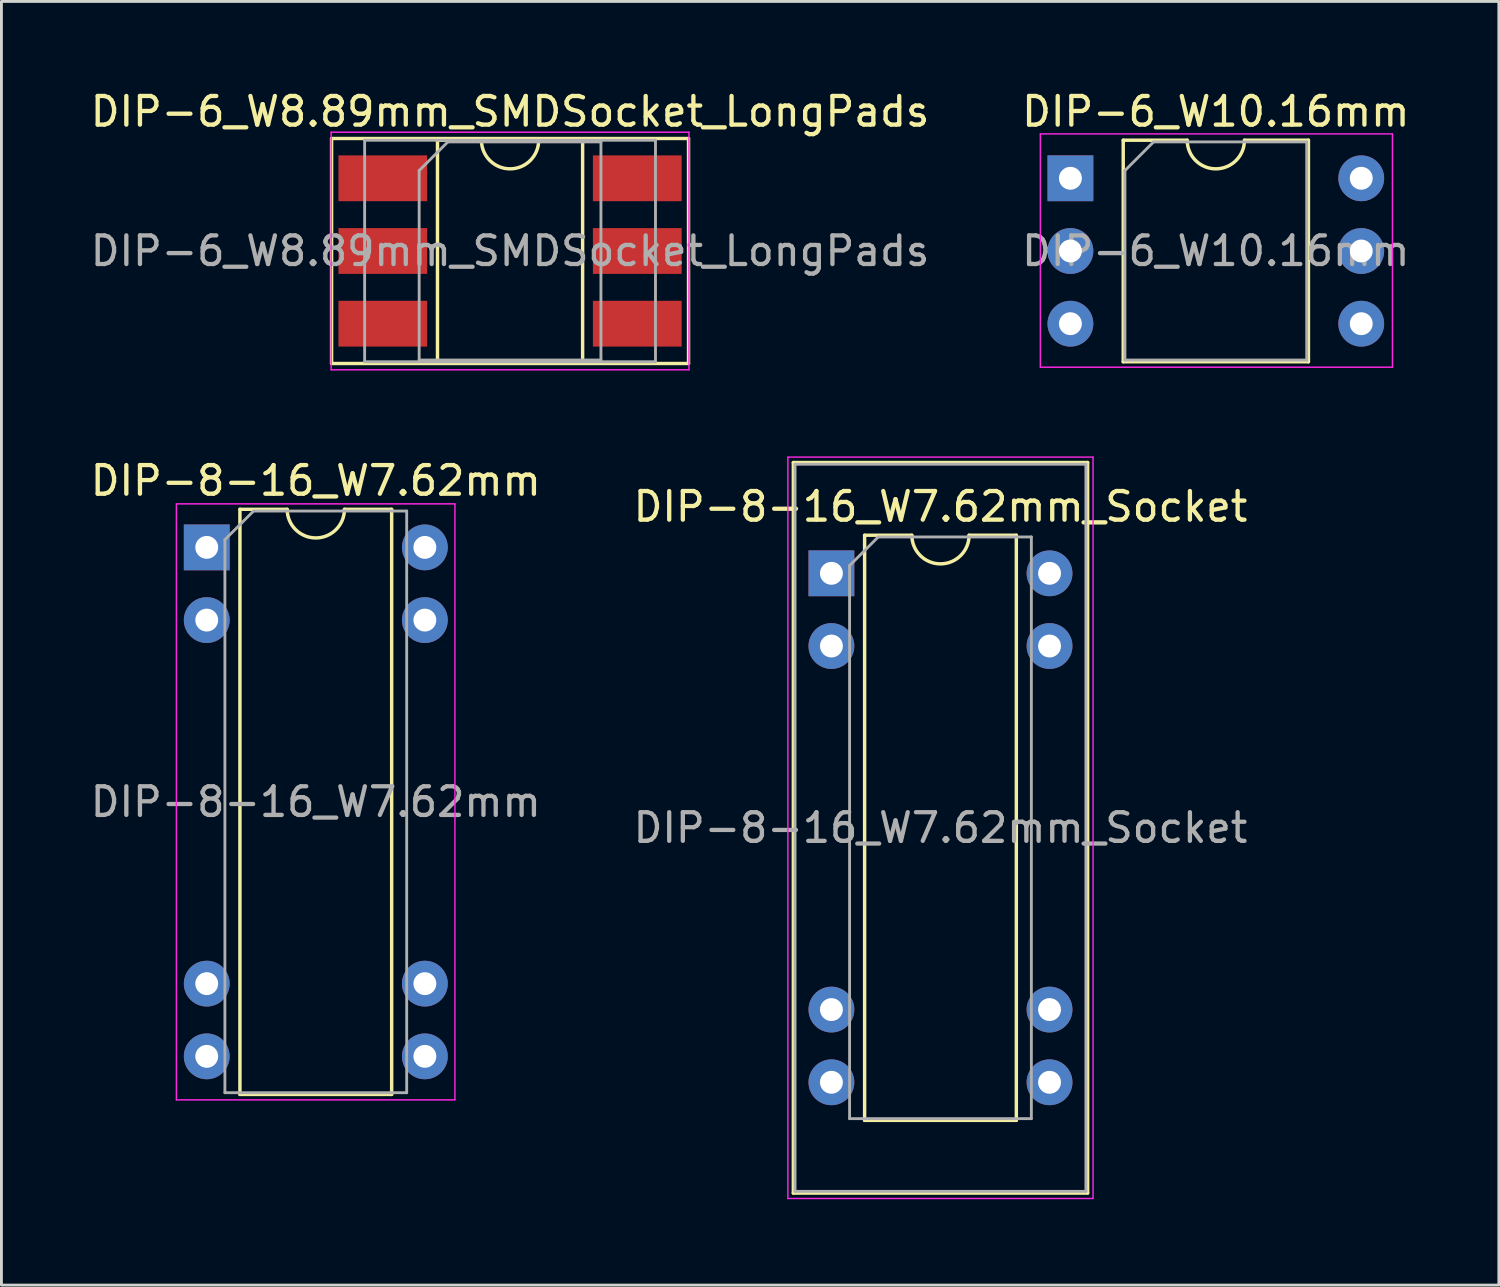
<source format=kicad_pcb>
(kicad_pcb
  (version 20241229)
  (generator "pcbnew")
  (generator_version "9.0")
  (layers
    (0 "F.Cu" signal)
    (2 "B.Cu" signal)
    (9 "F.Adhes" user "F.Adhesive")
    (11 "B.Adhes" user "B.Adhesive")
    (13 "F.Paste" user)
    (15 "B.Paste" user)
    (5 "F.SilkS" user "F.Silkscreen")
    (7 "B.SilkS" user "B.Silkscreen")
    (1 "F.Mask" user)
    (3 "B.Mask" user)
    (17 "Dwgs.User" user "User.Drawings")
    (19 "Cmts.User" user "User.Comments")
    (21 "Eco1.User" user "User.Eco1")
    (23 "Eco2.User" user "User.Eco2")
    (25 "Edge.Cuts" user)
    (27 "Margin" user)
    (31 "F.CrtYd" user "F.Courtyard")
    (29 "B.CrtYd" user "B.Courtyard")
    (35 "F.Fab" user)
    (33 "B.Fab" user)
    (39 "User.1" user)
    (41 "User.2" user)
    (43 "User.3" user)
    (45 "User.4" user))
  (footprint "DIP-6_W10.16mm"
    (layer "F.Cu")
    (at 34.343 3.178)
    (property "Reference" "DIP-6_W10.16mm" (at 5.08 -2.33 0) (layer "F.SilkS") (effects (font (size 1 1) (thickness 0.15))))
    (attr through_hole)
    (fp_line (start 1.845 -1.33) (end 1.845 6.41) (stroke (width 0.12) (type solid)) (layer "F.SilkS"))
    (fp_line (start 1.845 6.41) (end 8.315 6.41) (stroke (width 0.12) (type solid)) (layer "F.SilkS"))
    (fp_line (start 4.08 -1.33) (end 1.845 -1.33) (stroke (width 0.12) (type solid)) (layer "F.SilkS"))
    (fp_line (start 8.315 -1.33) (end 6.08 -1.33) (stroke (width 0.12) (type solid)) (layer "F.SilkS"))
    (fp_line (start 8.315 6.41) (end 8.315 -1.33) (stroke (width 0.12) (type solid)) (layer "F.SilkS"))
    (fp_arc (start 6.08 -1.33) (mid 5.08 -0.33) (end 4.08 -1.33) (stroke (width 0.12) (type solid)) (layer "F.SilkS"))
    (fp_line (start -1.05 -1.55) (end -1.05 6.6) (stroke (width 0.05) (type solid)) (layer "F.CrtYd"))
    (fp_line (start -1.05 6.6) (end 11.25 6.6) (stroke (width 0.05) (type solid)) (layer "F.CrtYd"))
    (fp_line (start 11.25 -1.55) (end -1.05 -1.55) (stroke (width 0.05) (type solid)) (layer "F.CrtYd"))
    (fp_line (start 11.25 6.6) (end 11.25 -1.55) (stroke (width 0.05) (type solid)) (layer "F.CrtYd"))
    (fp_line (start 1.905 -0.27) (end 2.905 -1.27) (stroke (width 0.1) (type solid)) (layer "F.Fab"))
    (fp_line (start 1.905 6.35) (end 1.905 -0.27) (stroke (width 0.1) (type solid)) (layer "F.Fab"))
    (fp_line (start 2.905 -1.27) (end 8.255 -1.27) (stroke (width 0.1) (type solid)) (layer "F.Fab"))
    (fp_line (start 8.255 -1.27) (end 8.255 6.35) (stroke (width 0.1) (type solid)) (layer "F.Fab"))
    (fp_line (start 8.255 6.35) (end 1.905 6.35) (stroke (width 0.1) (type solid)) (layer "F.Fab"))
    (fp_text user "${REFERENCE}" (at 5.08 2.54 0) (layer "F.Fab") (effects (font (size 1 1) (thickness 0.15))))
    (pad "1" thru_hole rect (at 0 0) (size 1.6 1.6) (drill 0.8) (layers "*.Cu" "*.Mask"))
    (pad "2" thru_hole oval (at 0 2.54) (size 1.6 1.6) (drill 0.8) (layers "*.Cu" "*.Mask"))
    (pad "3" thru_hole oval (at 0 5.08) (size 1.6 1.6) (drill 0.8) (layers "*.Cu" "*.Mask"))
    (pad "4" thru_hole oval (at 10.16 5.08) (size 1.6 1.6) (drill 0.8) (layers "*.Cu" "*.Mask"))
    (pad "5" thru_hole oval (at 10.16 2.54) (size 1.6 1.6) (drill 0.8) (layers "*.Cu" "*.Mask"))
    (pad "6" thru_hole oval (at 10.16 0) (size 1.6 1.6) (drill 0.8) (layers "*.Cu" "*.Mask")))
  (footprint "DIP-8-16_W7.62mm"
    (layer "F.Cu")
    (at 4.172 16.072)
    (property "Reference" "DIP-8-16_W7.62mm" (at 3.81 -2.33 0) (layer "F.SilkS") (effects (font (size 1 1) (thickness 0.15))))
    (attr through_hole)
    (fp_line (start 1.16 -1.33) (end 1.16 19.11) (stroke (width 0.12) (type solid)) (layer "F.SilkS"))
    (fp_line (start 1.16 19.11) (end 6.46 19.11) (stroke (width 0.12) (type solid)) (layer "F.SilkS"))
    (fp_line (start 2.81 -1.33) (end 1.16 -1.33) (stroke (width 0.12) (type solid)) (layer "F.SilkS"))
    (fp_line (start 6.46 -1.33) (end 4.81 -1.33) (stroke (width 0.12) (type solid)) (layer "F.SilkS"))
    (fp_line (start 6.46 19.11) (end 6.46 -1.33) (stroke (width 0.12) (type solid)) (layer "F.SilkS"))
    (fp_arc (start 4.81 -1.33) (mid 3.81 -0.33) (end 2.81 -1.33) (stroke (width 0.12) (type solid)) (layer "F.SilkS"))
    (fp_line (start -1.06 -1.52) (end -1.06 19.3) (stroke (width 0.05) (type solid)) (layer "F.CrtYd"))
    (fp_line (start -1.06 19.3) (end 8.67 19.3) (stroke (width 0.05) (type solid)) (layer "F.CrtYd"))
    (fp_line (start 8.67 -1.52) (end -1.06 -1.52) (stroke (width 0.05) (type solid)) (layer "F.CrtYd"))
    (fp_line (start 8.67 19.3) (end 8.67 -1.52) (stroke (width 0.05) (type solid)) (layer "F.CrtYd"))
    (fp_line (start 0.635 -0.27) (end 1.635 -1.27) (stroke (width 0.1) (type solid)) (layer "F.Fab"))
    (fp_line (start 0.635 19.05) (end 0.635 -0.27) (stroke (width 0.1) (type solid)) (layer "F.Fab"))
    (fp_line (start 1.635 -1.27) (end 6.985 -1.27) (stroke (width 0.1) (type solid)) (layer "F.Fab"))
    (fp_line (start 6.985 -1.27) (end 6.985 19.05) (stroke (width 0.1) (type solid)) (layer "F.Fab"))
    (fp_line (start 6.985 19.05) (end 0.635 19.05) (stroke (width 0.1) (type solid)) (layer "F.Fab"))
    (fp_text user "${REFERENCE}" (at 3.81 8.89 0) (layer "F.Fab") (effects (font (size 1 1) (thickness 0.15))))
    (pad "1" thru_hole rect (at 0 0) (size 1.6 1.6) (drill 0.8) (layers "*.Cu" "*.Mask"))
    (pad "2" thru_hole circle (at 0 2.54) (size 1.6 1.6) (drill 0.8) (layers "*.Cu" "*.Mask"))
    (pad "3" thru_hole circle (at 0 15.24) (size 1.6 1.6) (drill 0.8) (layers "*.Cu" "*.Mask"))
    (pad "4" thru_hole circle (at 0 17.78) (size 1.6 1.6) (drill 0.8) (layers "*.Cu" "*.Mask"))
    (pad "5" thru_hole circle (at 7.62 17.78) (size 1.6 1.6) (drill 0.8) (layers "*.Cu" "*.Mask"))
    (pad "6" thru_hole circle (at 7.62 15.24) (size 1.6 1.6) (drill 0.8) (layers "*.Cu" "*.Mask"))
    (pad "7" thru_hole circle (at 7.62 2.54) (size 1.6 1.6) (drill 0.8) (layers "*.Cu" "*.Mask"))
    (pad "8" thru_hole circle (at 7.62 0) (size 1.6 1.6) (drill 0.8) (layers "*.Cu" "*.Mask")))
  (footprint "DIP-8-16_W7.62mm_Socket"
    (layer "F.Cu")
    (at 25.994 16.978)
    (property "Reference" "DIP-8-16_W7.62mm_Socket" (at 3.81 -2.33 0) (layer "F.SilkS") (effects (font (size 1 1) (thickness 0.15))))
    (attr through_hole)
    (fp_line (start -1.33 -3.87) (end -1.33 21.65) (stroke (width 0.12) (type solid)) (layer "F.SilkS"))
    (fp_line (start -1.33 21.65) (end 8.95 21.65) (stroke (width 0.12) (type solid)) (layer "F.SilkS"))
    (fp_line (start 1.16 -1.33) (end 1.16 19.11) (stroke (width 0.12) (type solid)) (layer "F.SilkS"))
    (fp_line (start 1.16 19.11) (end 6.46 19.11) (stroke (width 0.12) (type solid)) (layer "F.SilkS"))
    (fp_line (start 2.81 -1.33) (end 1.16 -1.33) (stroke (width 0.12) (type solid)) (layer "F.SilkS"))
    (fp_line (start 6.46 -1.33) (end 4.81 -1.33) (stroke (width 0.12) (type solid)) (layer "F.SilkS"))
    (fp_line (start 6.46 19.11) (end 6.46 -1.33) (stroke (width 0.12) (type solid)) (layer "F.SilkS"))
    (fp_line (start 8.95 -3.87) (end -1.33 -3.87) (stroke (width 0.12) (type solid)) (layer "F.SilkS"))
    (fp_line (start 8.95 21.65) (end 8.95 -3.87) (stroke (width 0.12) (type solid)) (layer "F.SilkS"))
    (fp_arc (start 4.81 -1.33) (mid 3.81 -0.33) (end 2.81 -1.33) (stroke (width 0.12) (type solid)) (layer "F.SilkS"))
    (fp_line (start -1.52 -4.06) (end -1.52 21.84) (stroke (width 0.05) (type solid)) (layer "F.CrtYd"))
    (fp_line (start -1.52 21.84) (end 9.14 21.84) (stroke (width 0.05) (type solid)) (layer "F.CrtYd"))
    (fp_line (start 9.14 -4.06) (end -1.52 -4.06) (stroke (width 0.05) (type solid)) (layer "F.CrtYd"))
    (fp_line (start 9.14 21.84) (end 9.14 -4.06) (stroke (width 0.05) (type solid)) (layer "F.CrtYd"))
    (fp_line (start -1.27 -3.81) (end -1.27 21.59) (stroke (width 0.1) (type solid)) (layer "F.Fab"))
    (fp_line (start -1.27 21.59) (end 8.89 21.59) (stroke (width 0.1) (type solid)) (layer "F.Fab"))
    (fp_line (start 0.635 -0.27) (end 1.635 -1.27) (stroke (width 0.1) (type solid)) (layer "F.Fab"))
    (fp_line (start 0.635 19.05) (end 0.635 -0.27) (stroke (width 0.1) (type solid)) (layer "F.Fab"))
    (fp_line (start 1.635 -1.27) (end 6.985 -1.27) (stroke (width 0.1) (type solid)) (layer "F.Fab"))
    (fp_line (start 6.985 -1.27) (end 6.985 19.05) (stroke (width 0.1) (type solid)) (layer "F.Fab"))
    (fp_line (start 6.985 19.05) (end 0.635 19.05) (stroke (width 0.1) (type solid)) (layer "F.Fab"))
    (fp_line (start 8.89 -3.81) (end -1.27 -3.81) (stroke (width 0.1) (type solid)) (layer "F.Fab"))
    (fp_line (start 8.89 21.59) (end 8.89 -3.81) (stroke (width 0.1) (type solid)) (layer "F.Fab"))
    (fp_text user "${REFERENCE}" (at 3.81 8.89 0) (layer "F.Fab") (effects (font (size 1 1) (thickness 0.15))))
    (pad "1" thru_hole rect (at 0 0) (size 1.6 1.6) (drill 0.8) (layers "*.Cu" "*.Mask"))
    (pad "2" thru_hole circle (at 0 2.54) (size 1.6 1.6) (drill 0.8) (layers "*.Cu" "*.Mask"))
    (pad "3" thru_hole circle (at 0 15.24) (size 1.6 1.6) (drill 0.8) (layers "*.Cu" "*.Mask"))
    (pad "4" thru_hole circle (at 0 17.78) (size 1.6 1.6) (drill 0.8) (layers "*.Cu" "*.Mask"))
    (pad "5" thru_hole circle (at 7.62 17.78) (size 1.6 1.6) (drill 0.8) (layers "*.Cu" "*.Mask"))
    (pad "6" thru_hole circle (at 7.62 15.24) (size 1.6 1.6) (drill 0.8) (layers "*.Cu" "*.Mask"))
    (pad "7" thru_hole circle (at 7.62 2.54) (size 1.6 1.6) (drill 0.8) (layers "*.Cu" "*.Mask"))
    (pad "8" thru_hole circle (at 7.62 0) (size 1.6 1.6) (drill 0.8) (layers "*.Cu" "*.Mask")))
  (footprint "DIP-6_W8.89mm_SMDSocket_LongPads"
    (layer "F.Cu")
    (at 14.768 5.718)
    (property "Reference" "DIP-6_W8.89mm_SMDSocket_LongPads" (at 0 -4.87 0) (layer "F.SilkS") (effects (font (size 1 1) (thickness 0.15))))
    (attr smd)
    (fp_line (start -6.235 -3.93) (end -6.235 3.93) (stroke (width 0.12) (type solid)) (layer "F.SilkS"))
    (fp_line (start -6.235 3.93) (end 6.235 3.93) (stroke (width 0.12) (type solid)) (layer "F.SilkS"))
    (fp_line (start -2.535 -3.87) (end -2.535 3.87) (stroke (width 0.12) (type solid)) (layer "F.SilkS"))
    (fp_line (start -2.535 3.87) (end 2.535 3.87) (stroke (width 0.12) (type solid)) (layer "F.SilkS"))
    (fp_line (start -1 -3.87) (end -2.535 -3.87) (stroke (width 0.12) (type solid)) (layer "F.SilkS"))
    (fp_line (start 2.535 -3.87) (end 1 -3.87) (stroke (width 0.12) (type solid)) (layer "F.SilkS"))
    (fp_line (start 2.535 3.87) (end 2.535 -3.87) (stroke (width 0.12) (type solid)) (layer "F.SilkS"))
    (fp_line (start 6.235 -3.93) (end -6.235 -3.93) (stroke (width 0.12) (type solid)) (layer "F.SilkS"))
    (fp_line (start 6.235 3.93) (end 6.235 -3.93) (stroke (width 0.12) (type solid)) (layer "F.SilkS"))
    (fp_arc (start 1 -3.87) (mid 0 -2.87) (end -1 -3.87) (stroke (width 0.12) (type solid)) (layer "F.SilkS"))
    (fp_line (start -6.25 -4.15) (end -6.25 4.15) (stroke (width 0.05) (type solid)) (layer "F.CrtYd"))
    (fp_line (start -6.25 4.15) (end 6.25 4.15) (stroke (width 0.05) (type solid)) (layer "F.CrtYd"))
    (fp_line (start 6.25 -4.15) (end -6.25 -4.15) (stroke (width 0.05) (type solid)) (layer "F.CrtYd"))
    (fp_line (start 6.25 4.15) (end 6.25 -4.15) (stroke (width 0.05) (type solid)) (layer "F.CrtYd"))
    (fp_line (start -5.08 -3.87) (end -5.08 3.87) (stroke (width 0.1) (type solid)) (layer "F.Fab"))
    (fp_line (start -5.08 3.87) (end 5.08 3.87) (stroke (width 0.1) (type solid)) (layer "F.Fab"))
    (fp_line (start -3.175 -2.81) (end -2.175 -3.81) (stroke (width 0.1) (type solid)) (layer "F.Fab"))
    (fp_line (start -3.175 3.81) (end -3.175 -2.81) (stroke (width 0.1) (type solid)) (layer "F.Fab"))
    (fp_line (start -2.175 -3.81) (end 3.175 -3.81) (stroke (width 0.1) (type solid)) (layer "F.Fab"))
    (fp_line (start 3.175 -3.81) (end 3.175 3.81) (stroke (width 0.1) (type solid)) (layer "F.Fab"))
    (fp_line (start 3.175 3.81) (end -3.175 3.81) (stroke (width 0.1) (type solid)) (layer "F.Fab"))
    (fp_line (start 5.08 -3.87) (end -5.08 -3.87) (stroke (width 0.1) (type solid)) (layer "F.Fab"))
    (fp_line (start 5.08 3.87) (end 5.08 -3.87) (stroke (width 0.1) (type solid)) (layer "F.Fab"))
    (fp_text user "${REFERENCE}" (at 0 0 0) (layer "F.Fab") (effects (font (size 1 1) (thickness 0.15))))
    (pad "1" smd rect (at -4.445 -2.54) (size 3.1 1.6) (layers "F.Cu" "F.Mask" "F.Paste"))
    (pad "2" smd rect (at -4.445 0) (size 3.1 1.6) (layers "F.Cu" "F.Mask" "F.Paste"))
    (pad "3" smd rect (at -4.445 2.54) (size 3.1 1.6) (layers "F.Cu" "F.Mask" "F.Paste"))
    (pad "4" smd rect (at 4.445 2.54) (size 3.1 1.6) (layers "F.Cu" "F.Mask" "F.Paste"))
    (pad "5" smd rect (at 4.445 0) (size 3.1 1.6) (layers "F.Cu" "F.Mask" "F.Paste"))
    (pad "6" smd rect (at 4.445 -2.54) (size 3.1 1.6) (layers "F.Cu" "F.Mask" "F.Paste")))
  (gr_rect
    (start -3 -3)
    (end 49.31 41.843)
    (stroke (width 0.1) (type default))
    (fill no)
    (layer "Edge.Cuts")))
</source>
